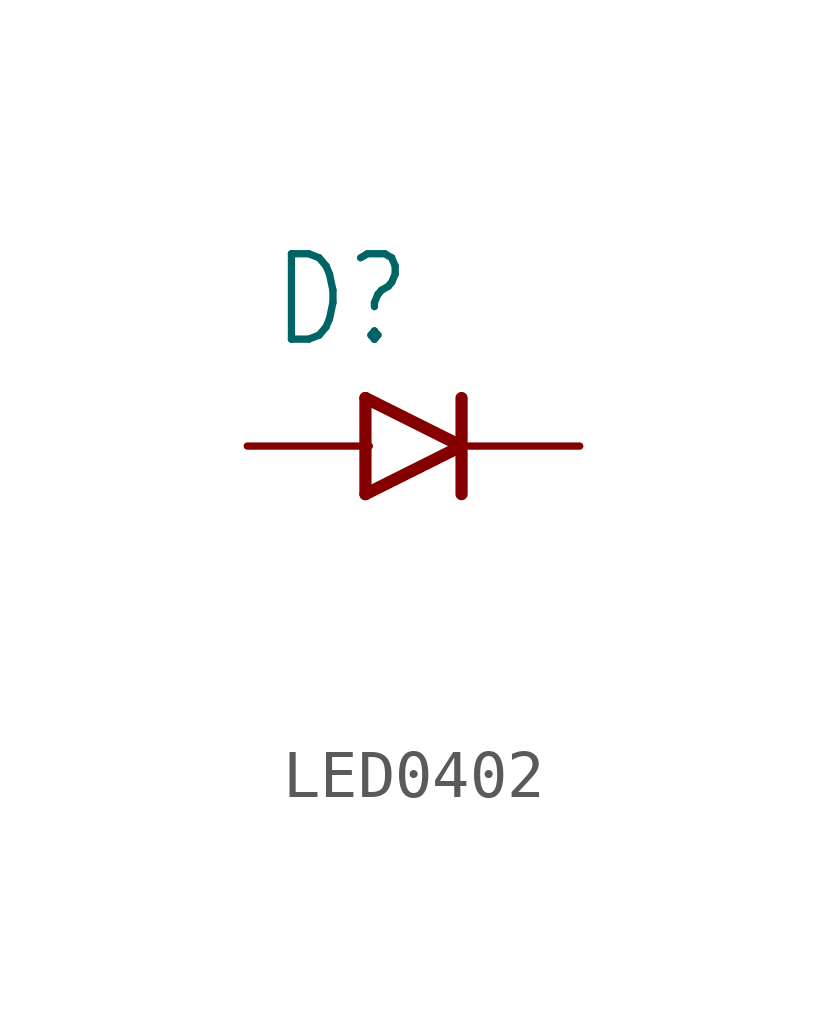
<source format=kicad_sym>
(kicad_symbol_lib
  (version 20241209)
  (generator "kicad_symbol_editor")
  (generator_version "9.0")
  (symbol "LED0402"
    (property "Reference" "D"
      (at -3 2 0)
      (effects (font (size 1.778 1.511)) (justify left bottom)))
    (property "Value" ""
      (at -3 -5 0)
      (effects (font (size 1.778 1.511)) (justify left bottom)))
    (property "ki_locked" ""
      (at 0 0 0)
      (effects (font (size 1.27 1.27))))
    (symbol "LED0402_1_0"
      (polyline (pts (xy -1 1) (xy -1 -1)) (stroke (width 0.254) (type solid)) (fill (type none)))
      (polyline (pts (xy -1 -1) (xy 1 0)) (stroke (width 0.254) (type solid)) (fill (type none)))
      (polyline (pts (xy 1 1) (xy 1 0)) (stroke (width 0.254) (type solid)) (fill (type none)))
      (polyline (pts (xy 1 0) (xy -1 1)) (stroke (width 0.254) (type solid)) (fill (type none)))
      (polyline (pts (xy 1 0) (xy 1 -1)) (stroke (width 0.254) (type solid)) (fill (type none)))
      (pin bidirectional line (at -3.46 0 0) (length 2.54) (name "1" (effects (font (size 0 0)))) (number "1" (effects (font (size 0 0)))))
      (pin bidirectional line (at 3.46 0 180) (length 2.54) (name "2" (effects (font (size 0 0)))) (number "2" (effects (font (size 0 0))))))))
</source>
